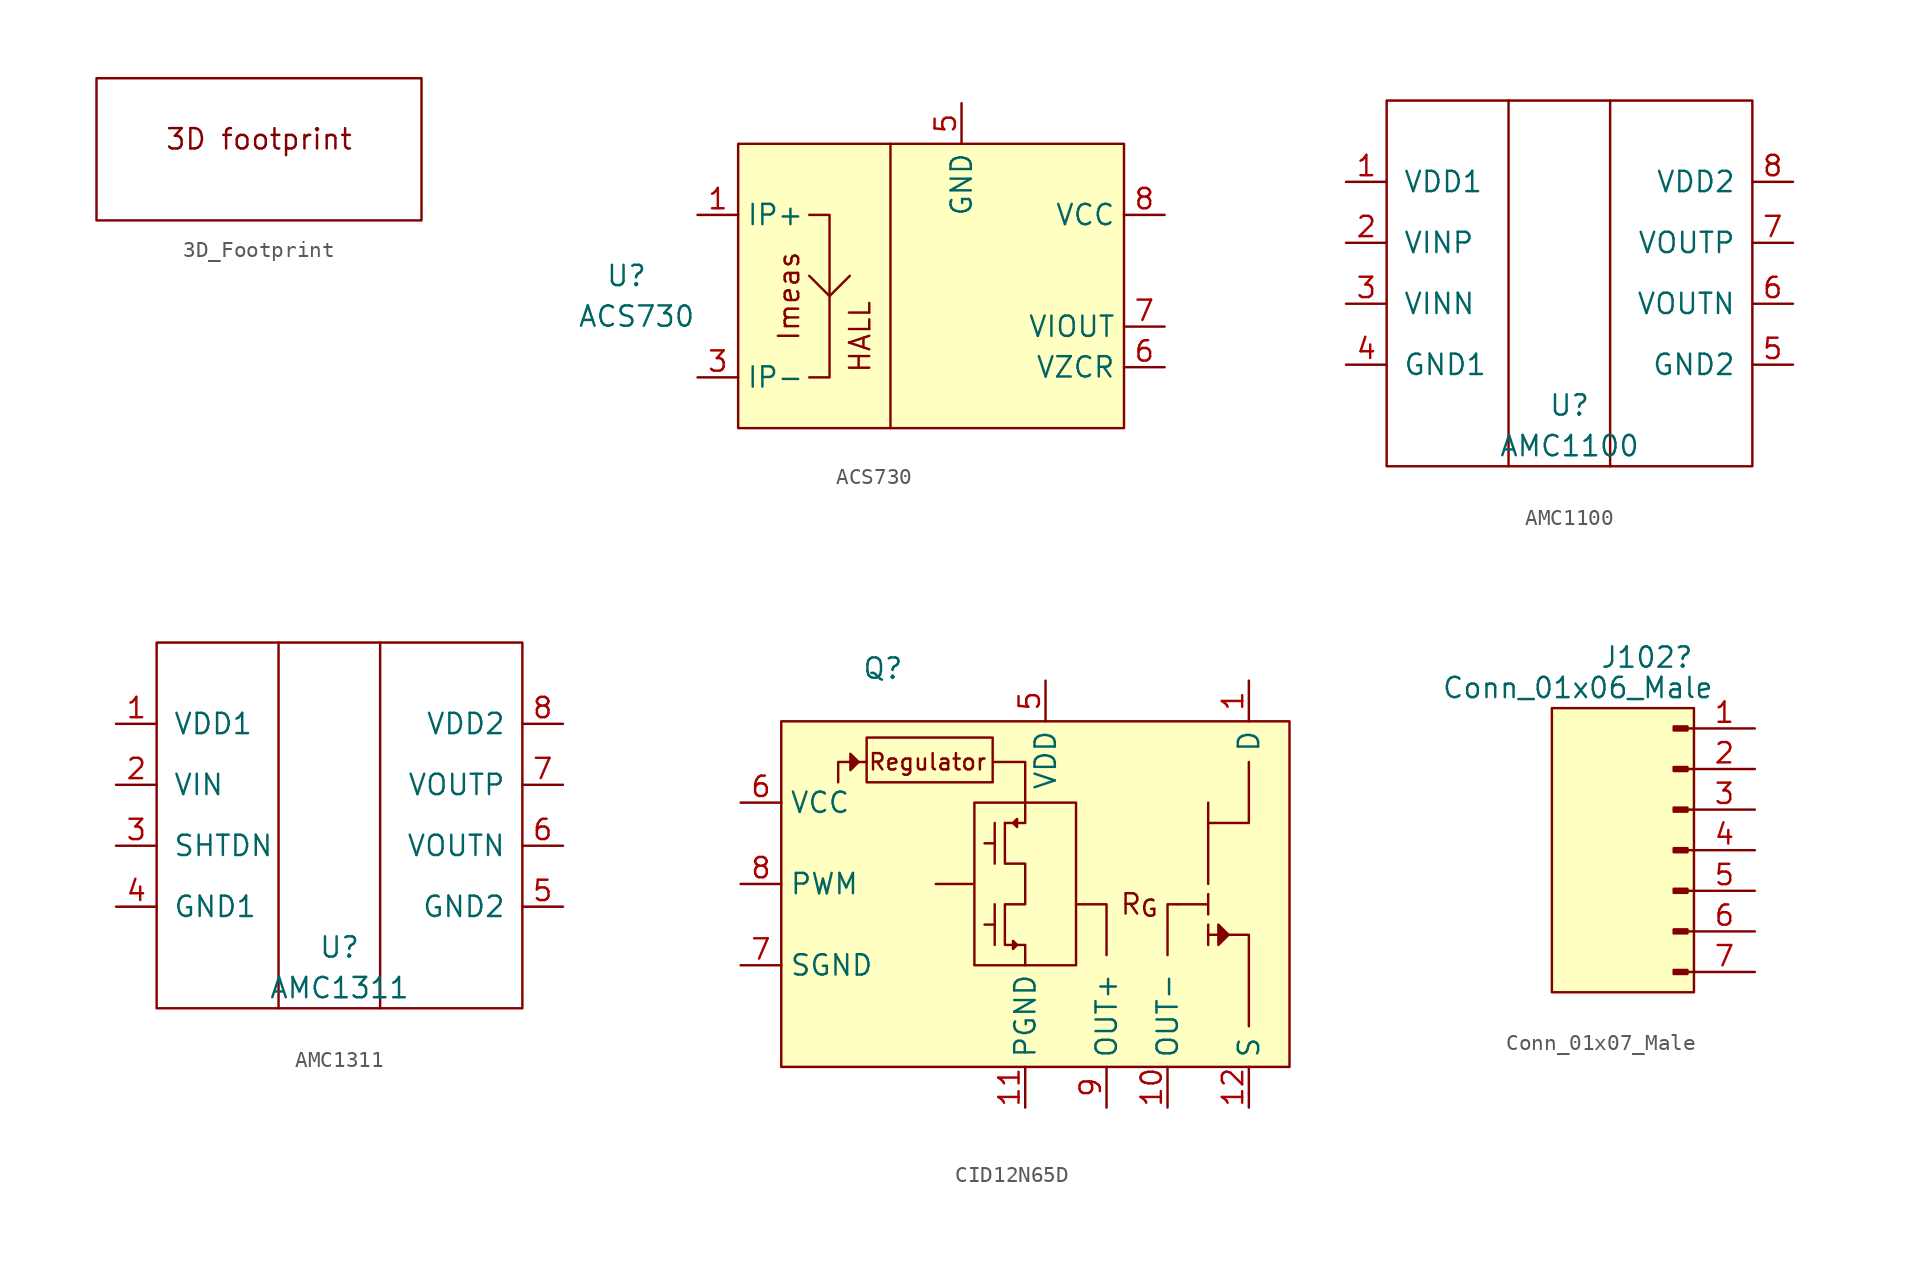
<source format=kicad_sym>
(kicad_symbol_lib
  (version 20241209)
  (generator "kicad_symbol_editor")
  (generator_version "9.0")
  (symbol "3D_Footprint"
    (pin_names
      (offset 1.016))
    (property "Reference" "3D"
      (at 0 0 0)
      (effects (font (size 1.27 1.27)) (hide yes)))
    (symbol "3D_Footprint_0_0"
      (text "3D footprint" (at 0 0 0) (effects (font (size 1.27 1.27)))))
    (symbol "3D_Footprint_0_1"
      (rectangle (start -10.16 3.81) (end 10.16 -5.08) (stroke (width 0) (type default)) (fill (type none)))))
  (symbol "ACS730"
    (property "Reference" "U"
      (at -15.875 -0.635 0)
      (effects (font (size 1.27 1.27))))
    (property "Value" "ACS730"
      (at -15.24 -3.175 0)
      (effects (font (size 1.27 1.27))))
    (symbol "ACS730_0_0"
      (rectangle (start -8.89 7.62) (end 15.24 -10.16) (stroke (width 0) (type default)) (fill (type background)))
      (polyline (pts (xy -4.445 -0.635) (xy -3.175 -1.905) (xy -1.905 -0.635)) (stroke (width 0) (type default)) (fill (type none)))
      (polyline (pts (xy 0.635 7.62) (xy 0.635 -10.16)) (stroke (width 0) (type default)) (fill (type none)))
      (text "Imeas" (at -5.715 -1.905 900) (effects (font (size 1.27 1.27))))
      (text "HALL" (at -1.27 -4.445 900) (effects (font (size 1.27 1.27)))))
    (symbol "ACS730_0_1"
      (polyline (pts (xy -4.445 3.175) (xy -3.175 3.175) (xy -3.175 -6.985) (xy -4.445 -6.985)) (stroke (width 0) (type default)) (fill (type none))))
    (symbol "ACS730_1_1"
      (pin passive line (at -11.43 3.175 0) (length 2.54) (name "IP+" (effects (font (size 1.27 1.27)))) (number "1" (effects (font (size 1.27 1.27)))))
      (pin passive line (at -11.43 3.175 0) (length 2.54) (hide yes) (name "IP+" (effects (font (size 1.27 1.27)))) (number "2" (effects (font (size 1.27 1.27)))))
      (pin passive line (at -11.43 -6.985 0) (length 2.54) (name "IP-" (effects (font (size 1.27 1.27)))) (number "3" (effects (font (size 1.27 1.27)))))
      (pin passive line (at -11.43 -6.985 0) (length 2.54) (hide yes) (name "IP-" (effects (font (size 1.27 1.27)))) (number "4" (effects (font (size 1.27 1.27)))))
      (pin power_in line (at 5.08 10.16 270) (length 2.54) (name "GND" (effects (font (size 1.27 1.27)))) (number "5" (effects (font (size 1.27 1.27)))))
      (pin power_in line (at 17.78 3.175 180) (length 2.54) (name "VCC" (effects (font (size 1.27 1.27)))) (number "8" (effects (font (size 1.27 1.27)))))
      (pin output line (at 17.78 -3.81 180) (length 2.54) (name "VIOUT" (effects (font (size 1.27 1.27)))) (number "7" (effects (font (size 1.27 1.27)))))
      (pin passive line (at 17.78 -6.35 180) (length 2.54) (name "VZCR" (effects (font (size 1.27 1.27)))) (number "6" (effects (font (size 1.27 1.27)))))))
  (symbol "AMC1100"
    (pin_names
      (offset 1.016))
    (property "Reference" "U"
      (at 0 -6.35 0)
      (effects (font (size 1.27 1.27))))
    (property "Value" "AMC1100"
      (at 0 -8.89 0)
      (effects (font (size 1.27 1.27))))
    (symbol "AMC1100_0_1"
      (rectangle (start -11.43 12.7) (end 11.43 -10.16) (stroke (width 0) (type default)) (fill (type none)))
      (polyline (pts (xy -3.81 12.7) (xy -3.81 -10.16)) (stroke (width 0) (type default)) (fill (type none)))
      (polyline (pts (xy 2.54 12.7) (xy 2.54 -10.16)) (stroke (width 0) (type default)) (fill (type none))))
    (symbol "AMC1100_1_1"
      (pin power_in line (at -13.97 7.62 0) (length 2.54) (name "VDD1" (effects (font (size 1.27 1.27)))) (number "1" (effects (font (size 1.27 1.27)))))
      (pin input line (at -13.97 3.81 0) (length 2.54) (name "VINP" (effects (font (size 1.27 1.27)))) (number "2" (effects (font (size 1.27 1.27)))))
      (pin input line (at -13.97 0 0) (length 2.54) (name "VINN" (effects (font (size 1.27 1.27)))) (number "3" (effects (font (size 1.27 1.27)))))
      (pin power_in line (at -13.97 -3.81 0) (length 2.54) (name "GND1" (effects (font (size 1.27 1.27)))) (number "4" (effects (font (size 1.27 1.27)))))
      (pin power_in line (at 13.97 7.62 180) (length 2.54) (name "VDD2" (effects (font (size 1.27 1.27)))) (number "8" (effects (font (size 1.27 1.27)))))
      (pin output line (at 13.97 3.81 180) (length 2.54) (name "VOUTP" (effects (font (size 1.27 1.27)))) (number "7" (effects (font (size 1.27 1.27)))))
      (pin output line (at 13.97 0 180) (length 2.54) (name "VOUTN" (effects (font (size 1.27 1.27)))) (number "6" (effects (font (size 1.27 1.27)))))
      (pin power_in line (at 13.97 -3.81 180) (length 2.54) (name "GND2" (effects (font (size 1.27 1.27)))) (number "5" (effects (font (size 1.27 1.27)))))))
  (symbol "AMC1311"
    (pin_names
      (offset 1.016))
    (property "Reference" "U"
      (at 0 -6.35 0)
      (effects (font (size 1.27 1.27))))
    (property "Value" "AMC1311"
      (at 0 -8.89 0)
      (effects (font (size 1.27 1.27))))
    (symbol "AMC1311_0_1"
      (rectangle (start -11.43 12.7) (end 11.43 -10.16) (stroke (width 0) (type default)) (fill (type none)))
      (polyline (pts (xy -3.81 12.7) (xy -3.81 -10.16)) (stroke (width 0) (type default)) (fill (type none)))
      (polyline (pts (xy 2.54 12.7) (xy 2.54 -10.16)) (stroke (width 0) (type default)) (fill (type none))))
    (symbol "AMC1311_1_1"
      (pin power_in line (at -13.97 7.62 0) (length 2.54) (name "VDD1" (effects (font (size 1.27 1.27)))) (number "1" (effects (font (size 1.27 1.27)))))
      (pin input line (at -13.97 3.81 0) (length 2.54) (name "VIN" (effects (font (size 1.27 1.27)))) (number "2" (effects (font (size 1.27 1.27)))))
      (pin input line (at -13.97 0 0) (length 2.54) (name "SHTDN" (effects (font (size 1.27 1.27)))) (number "3" (effects (font (size 1.27 1.27)))))
      (pin power_in line (at -13.97 -3.81 0) (length 2.54) (name "GND1" (effects (font (size 1.27 1.27)))) (number "4" (effects (font (size 1.27 1.27)))))
      (pin power_in line (at 13.97 7.62 180) (length 2.54) (name "VDD2" (effects (font (size 1.27 1.27)))) (number "8" (effects (font (size 1.27 1.27)))))
      (pin output line (at 13.97 3.81 180) (length 2.54) (name "VOUTP" (effects (font (size 1.27 1.27)))) (number "7" (effects (font (size 1.27 1.27)))))
      (pin output line (at 13.97 0 180) (length 2.54) (name "VOUTN" (effects (font (size 1.27 1.27)))) (number "6" (effects (font (size 1.27 1.27)))))
      (pin power_in line (at 13.97 -3.81 180) (length 2.54) (name "GND2" (effects (font (size 1.27 1.27)))) (number "5" (effects (font (size 1.27 1.27)))))))
  (symbol "CID12N65D"
    (property "Reference" "Q"
      (at -12.7 13.462 0)
      (effects (font (size 1.27 1.27))))
    (property "Value" ""
      (at 0 0 0)
      (effects (font (size 1.27 1.27))))
    (symbol "CID12N65D_0_1"
      (polyline (pts (xy 7.62 5.08) (xy 7.62 0)) (stroke (width 0) (type default)) (fill (type none)))
      (polyline (pts (xy 7.62 -0.635) (xy 7.62 -1.905) (xy 7.62 -1.27) (xy 5.715 -1.27)) (stroke (width 0) (type default)) (fill (type none)))
      (polyline (pts (xy 7.62 -2.54) (xy 7.62 -3.81)) (stroke (width 0) (type default)) (fill (type none)))
      (polyline (pts (xy 7.62 -3.175) (xy 10.16 -3.175) (xy 10.16 -8.89)) (stroke (width 0) (type default)) (fill (type none)))
      (polyline (pts (xy 10.16 7.62) (xy 10.16 5.08) (xy 10.16 3.81) (xy 7.62 3.81)) (stroke (width 0) (type default)) (fill (type none))))
    (symbol "CID12N65D_1_1"
      (rectangle (start -19.05 10.16) (end 12.7 -11.43) (stroke (width 0) (type solid)) (fill (type background)))
      (polyline (pts (xy -14.732 8.128) (xy -14.732 7.112) (xy -14.224 7.62) (xy -14.732 8.128)) (stroke (width 0) (type solid)) (fill (type outline)))
      (rectangle (start -13.716 9.144) (end -5.842 6.35) (stroke (width 0) (type default)) (fill (type none)))
      (polyline (pts (xy -13.716 7.62) (xy -15.494 7.62) (xy -15.494 6.35)) (stroke (width 0) (type default)) (fill (type none)))
      (polyline (pts (xy -9.398 0) (xy -7.112 0)) (stroke (width 0) (type default)) (fill (type none)))
      (rectangle (start -6.985 5.08) (end -0.635 -5.08) (stroke (width 0) (type default)) (fill (type none)))
      (polyline (pts (xy -5.715 7.62) (xy -3.81 7.62) (xy -3.81 5.08)) (stroke (width 0) (type default)) (fill (type none)))
      (polyline (pts (xy -5.715 3.81) (xy -5.715 1.27)) (stroke (width 0) (type default)) (fill (type none)))
      (polyline (pts (xy -5.715 2.54) (xy -6.35 2.54)) (stroke (width 0) (type default)) (fill (type none)))
      (polyline (pts (xy -5.715 -1.27) (xy -5.715 -3.81)) (stroke (width 0) (type default)) (fill (type none)))
      (polyline (pts (xy -5.715 -2.54) (xy -6.35 -2.54)) (stroke (width 0) (type default)) (fill (type none)))
      (polyline (pts (xy -5.08 3.81) (xy -5.08 1.27) (xy -3.81 1.27) (xy -3.81 -1.27) (xy -5.08 -1.27) (xy -5.08 -3.81) (xy -3.81 -3.81) (xy -3.81 -5.08)) (stroke (width 0) (type default)) (fill (type none)))
      (polyline (pts (xy -4.572 -3.556) (xy -4.572 -4.064) (xy -4.318 -3.81) (xy -4.572 -3.556)) (stroke (width 0) (type default)) (fill (type none)))
      (polyline (pts (xy -4.318 3.81) (xy -4.318 4.064) (xy -4.572 3.81) (xy -4.318 3.556) (xy -4.318 3.81)) (stroke (width 0) (type default)) (fill (type none)))
      (polyline (pts (xy -3.81 5.08) (xy -3.81 3.81) (xy -5.08 3.81)) (stroke (width 0) (type default)) (fill (type none)))
      (polyline (pts (xy -0.635 -1.27) (xy 1.27 -1.27) (xy 1.27 -4.445)) (stroke (width 0) (type default)) (fill (type none)))
      (polyline (pts (xy 5.715 -1.27) (xy 5.08 -1.27) (xy 5.08 -4.445)) (stroke (width 0) (type default)) (fill (type none)))
      (polyline (pts (xy 8.255 -2.54) (xy 8.255 -3.81) (xy 8.89 -3.175) (xy 8.255 -2.54)) (stroke (width 0) (type solid)) (fill (type outline)))
      (text "Regulator" (at -9.906 7.62 0) (effects (font (size 1.016 1.016))))
      (text "R_{G}\n" (at 3.302 -1.27 0) (effects (font (size 1.27 1.27))))
      (pin input line (at -21.59 5.08 0) (length 2.54) (name "VCC" (effects (font (size 1.27 1.27)))) (number "6" (effects (font (size 1.27 1.27)))))
      (pin input line (at -21.59 0 0) (length 2.54) (name "PWM" (effects (font (size 1.27 1.27)))) (number "8" (effects (font (size 1.27 1.27)))))
      (pin input line (at -21.59 -5.08 0) (length 2.54) (name "SGND" (effects (font (size 1.27 1.27)))) (number "7" (effects (font (size 1.27 1.27)))))
      (pin input line (at -3.81 -13.97 90) (length 2.54) (name "PGND" (effects (font (size 1.27 1.27)))) (number "11" (effects (font (size 1.27 1.27)))))
      (pin input line (at -2.54 12.7 270) (length 2.54) (name "VDD" (effects (font (size 1.27 1.27)))) (number "5" (effects (font (size 1.27 1.27)))))
      (pin input line (at 1.27 -13.97 90) (length 2.54) (name "OUT+" (effects (font (size 1.27 1.27)))) (number "9" (effects (font (size 1.27 1.27)))))
      (pin input line (at 5.08 -13.97 90) (length 2.54) (name "OUT-" (effects (font (size 1.27 1.27)))) (number "10" (effects (font (size 1.27 1.27)))))
      (pin input line (at 10.16 12.7 270) (length 2.54) (name "D" (effects (font (size 1.27 1.27)))) (number "1" (effects (font (size 1.27 1.27)))))
      (pin input line (at 10.16 -13.97 90) (length 2.54) (name "S" (effects (font (size 1.27 1.27)))) (number "12" (effects (font (size 1.27 1.27)))))))
  (symbol "Conn_01x07_Male"
    (pin_names
      (offset 1.016)
      (hide yes))
    (property "Reference" "J102"
      (at 1.27 12.065 0)
      (effects (font (size 1.27 1.27)) (justify right)))
    (property "Value" "Conn_01x06_Male"
      (at 2.54 10.16 0)
      (effects (font (size 1.27 1.27)) (justify right)))
    (symbol "Conn_01x07_Male_0_1"
      (rectangle (start -7.62 8.89) (end 1.27 -8.89) (stroke (width 0) (type default)) (fill (type background))))
    (symbol "Conn_01x07_Male_1_1"
      (rectangle (start 0.864 7.747) (end 0 7.493) (stroke (width 0.152) (type default)) (fill (type outline)))
      (rectangle (start 0.864 5.207) (end 0 4.953) (stroke (width 0.152) (type default)) (fill (type outline)))
      (rectangle (start 0.864 2.667) (end 0 2.413) (stroke (width 0.152) (type default)) (fill (type outline)))
      (rectangle (start 0.864 0.127) (end 0 -0.127) (stroke (width 0.152) (type default)) (fill (type outline)))
      (rectangle (start 0.864 -2.413) (end 0 -2.667) (stroke (width 0.152) (type default)) (fill (type outline)))
      (rectangle (start 0.864 -4.953) (end 0 -5.207) (stroke (width 0.152) (type default)) (fill (type outline)))
      (rectangle (start 0.864 -7.493) (end 0 -7.747) (stroke (width 0.152) (type default)) (fill (type outline)))
      (polyline (pts (xy 1.27 7.62) (xy 0.864 7.62)) (stroke (width 0.152) (type default)) (fill (type none)))
      (polyline (pts (xy 1.27 5.08) (xy 0.864 5.08)) (stroke (width 0.152) (type default)) (fill (type none)))
      (polyline (pts (xy 1.27 2.54) (xy 0.864 2.54)) (stroke (width 0.152) (type default)) (fill (type none)))
      (polyline (pts (xy 1.27 0) (xy 0.864 0)) (stroke (width 0.152) (type default)) (fill (type none)))
      (polyline (pts (xy 1.27 -2.54) (xy 0.864 -2.54)) (stroke (width 0.152) (type default)) (fill (type none)))
      (polyline (pts (xy 1.27 -5.08) (xy 0.864 -5.08)) (stroke (width 0.152) (type default)) (fill (type none)))
      (polyline (pts (xy 1.27 -7.62) (xy 0.864 -7.62)) (stroke (width 0.152) (type default)) (fill (type none)))
      (pin passive line (at 5.08 7.62 180) (length 3.81) (name "Pin_1" (effects (font (size 1.27 1.27)))) (number "1" (effects (font (size 1.27 1.27)))))
      (pin passive line (at 5.08 5.08 180) (length 3.81) (name "Pin_2" (effects (font (size 1.27 1.27)))) (number "2" (effects (font (size 1.27 1.27)))))
      (pin passive line (at 5.08 2.54 180) (length 3.81) (name "Pin_3" (effects (font (size 1.27 1.27)))) (number "3" (effects (font (size 1.27 1.27)))))
      (pin passive line (at 5.08 0 180) (length 3.81) (name "Pin_4" (effects (font (size 1.27 1.27)))) (number "4" (effects (font (size 1.27 1.27)))))
      (pin passive line (at 5.08 -2.54 180) (length 3.81) (name "Pin_5" (effects (font (size 1.27 1.27)))) (number "5" (effects (font (size 1.27 1.27)))))
      (pin passive line (at 5.08 -5.08 180) (length 3.81) (name "Pin_6" (effects (font (size 1.27 1.27)))) (number "6" (effects (font (size 1.27 1.27)))))
      (pin passive line (at 5.08 -7.62 180) (length 3.81) (name "Pin_7" (effects (font (size 1.27 1.27)))) (number "7" (effects (font (size 1.27 1.27))))))))
</source>
